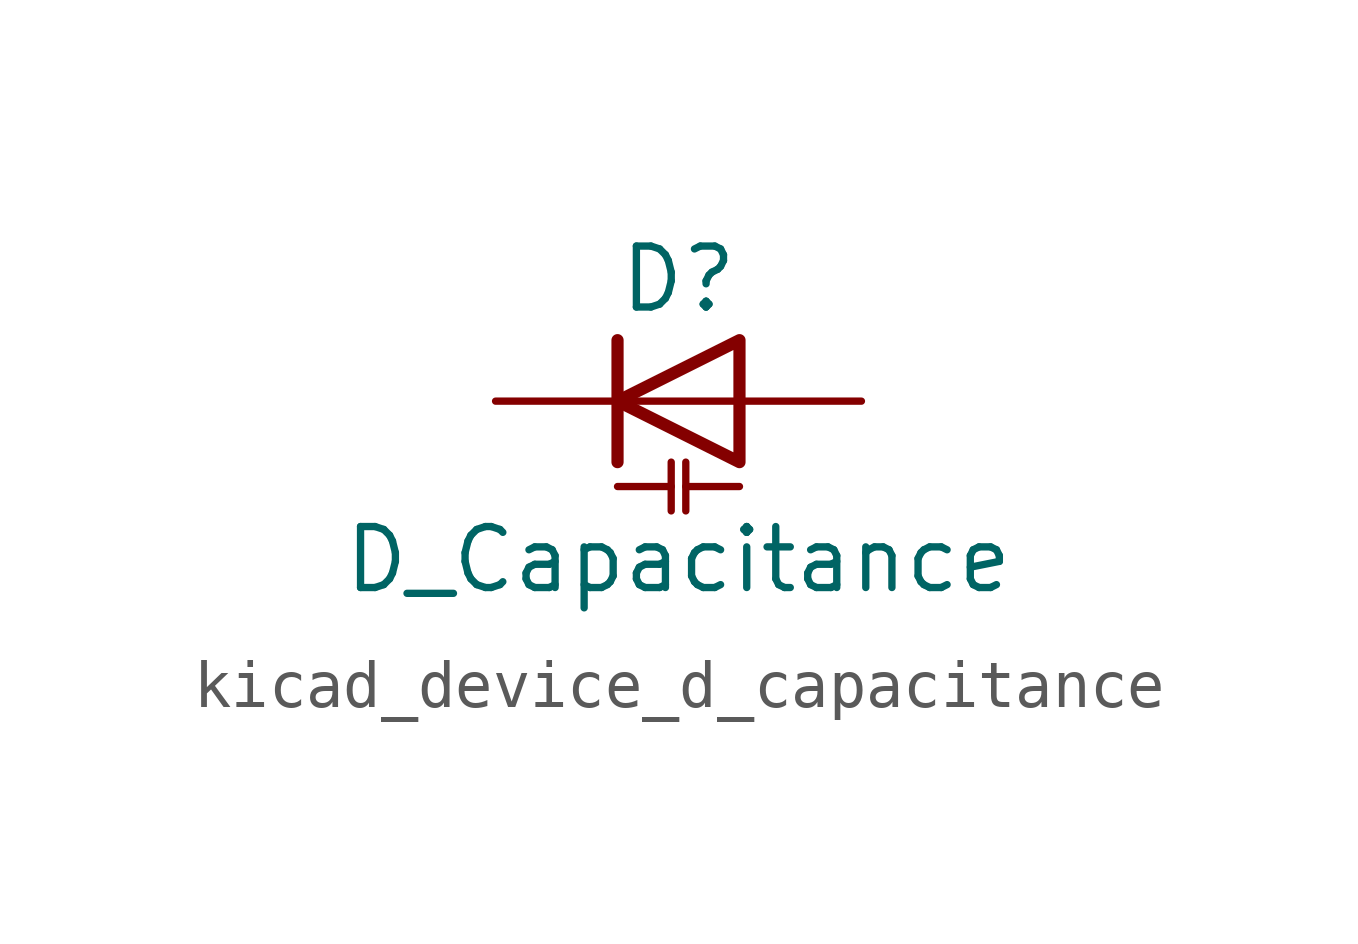
<source format=kicad_sym>
(kicad_symbol_lib
  (version 20220914)
  (generator kicad_symbol_editor)
  (symbol "kicad_device_d_capacitance"
    (pin_numbers hide)
    (pin_names
      (offset 1.016) hide)
    (property "Reference" "D"
      (at 0 2.54 0)
      (effects (font (size 1.27 1.27))))
    (property "Value" "D_Capacitance"
      (at 0 -3.302 0)
      (effects (font (size 1.27 1.27))))
    (symbol "kicad_device_d_capacitance_0_1"
      (polyline (pts (xy -1.27 -1.778) (xy -0.152 -1.778)) (stroke (width 0) (type default)) (fill (type none)))
      (polyline (pts (xy -1.27 0) (xy 1.27 0)) (stroke (width 0) (type default)) (fill (type none)))
      (polyline (pts (xy -1.27 1.27) (xy -1.27 -1.27)) (stroke (width 0.254) (type default)) (fill (type none)))
      (polyline (pts (xy -0.152 -1.27) (xy -0.152 -2.286)) (stroke (width 0) (type default)) (fill (type none)))
      (polyline (pts (xy 0.152 -1.778) (xy 1.27 -1.778)) (stroke (width 0) (type default)) (fill (type none)))
      (polyline (pts (xy 0.152 -1.27) (xy 0.152 -2.286)) (stroke (width 0) (type default)) (fill (type none)))
      (polyline (pts (xy 1.27 1.27) (xy 1.27 -1.27) (xy -1.27 0) (xy 1.27 1.27)) (stroke (width 0.254) (type default)) (fill (type none))))
    (symbol "kicad_device_d_capacitance_1_1"
      (pin passive line (at -3.81 0 0) (length 2.54) (name "K" (effects (font (size 1.27 1.27)))) (number "1" (effects (font (size 1.27 1.27)))))
      (pin passive line (at 3.81 0 180) (length 2.54) (name "A" (effects (font (size 1.27 1.27)))) (number "2" (effects (font (size 1.27 1.27))))))))
</source>
